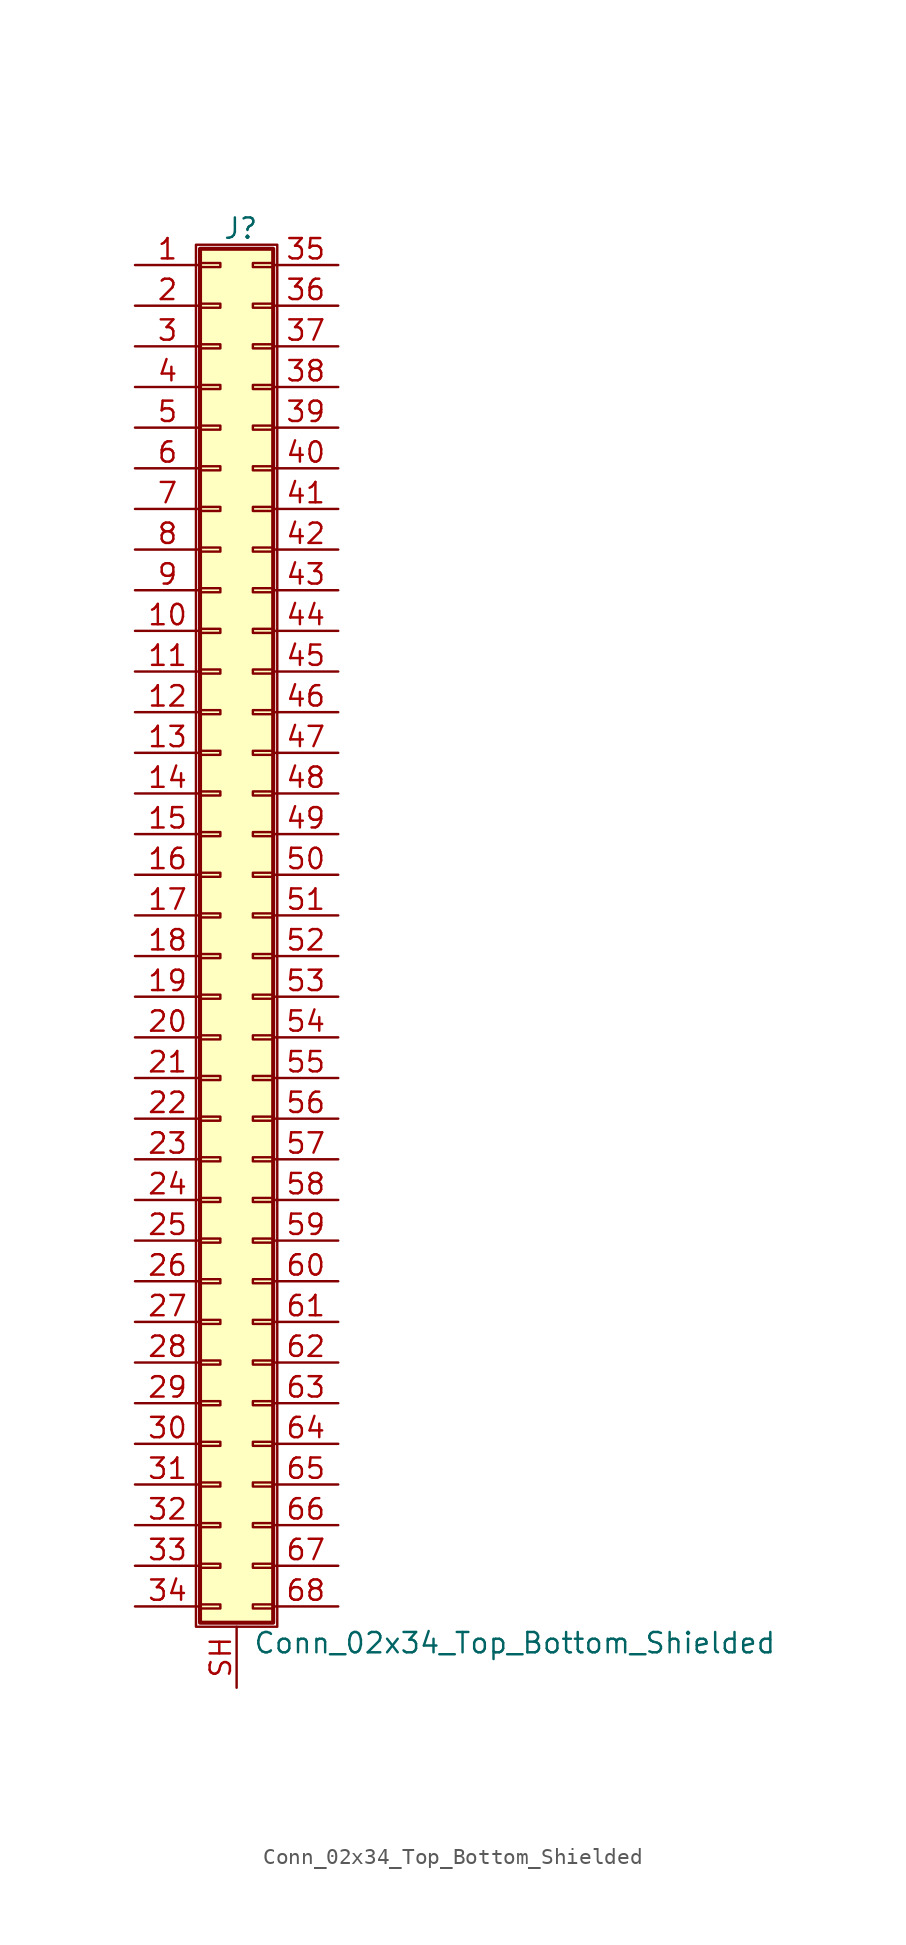
<source format=kicad_sym>
(kicad_symbol_lib
  (version 20201005)
  (generator kicad_symbol_editor)
  (symbol "Connector_Generic_Shielded:Conn_02x34_Top_Bottom_Shielded"
    (pin_names
      (offset 1.016) hide)
    (property "Reference" "J"
      (at 1.524 42.926 0)
      (effects (font (size 1.27 1.27))))
    (property "Value" "Conn_02x34_Top_Bottom_Shielded"
      (at 2.286 -45.466 0)
      (effects (font (size 1.27 1.27)) (justify left)))
    (symbol "Conn_02x34_Top_Bottom_Shielded_1_1"
      (rectangle (start -1.016 -27.813) (end 0.254 -28.067) (stroke (width 0.152)) (fill (type none)))
      (rectangle (start -1.016 -30.353) (end 0.254 -30.607) (stroke (width 0.152)) (fill (type none)))
      (rectangle (start -1.016 -32.893) (end 0.254 -33.147) (stroke (width 0.152)) (fill (type none)))
      (rectangle (start -1.016 -35.433) (end 0.254 -35.687) (stroke (width 0.152)) (fill (type none)))
      (rectangle (start -1.016 -37.973) (end 0.254 -38.227) (stroke (width 0.152)) (fill (type none)))
      (rectangle (start -1.016 -40.513) (end 0.254 -40.767) (stroke (width 0.152)) (fill (type none)))
      (rectangle (start -1.016 -43.053) (end 0.254 -43.307) (stroke (width 0.152)) (fill (type none)))
      (rectangle (start -1.016 -4.953) (end 0.254 -5.207) (stroke (width 0.152)) (fill (type none)))
      (rectangle (start -1.016 -7.493) (end 0.254 -7.747) (stroke (width 0.152)) (fill (type none)))
      (rectangle (start -1.016 -10.033) (end 0.254 -10.287) (stroke (width 0.152)) (fill (type none)))
      (rectangle (start -1.016 -12.573) (end 0.254 -12.827) (stroke (width 0.152)) (fill (type none)))
      (rectangle (start -1.016 -15.113) (end 0.254 -15.367) (stroke (width 0.152)) (fill (type none)))
      (rectangle (start -1.016 -17.653) (end 0.254 -17.907) (stroke (width 0.152)) (fill (type none)))
      (rectangle (start -1.016 -20.193) (end 0.254 -20.447) (stroke (width 0.152)) (fill (type none)))
      (rectangle (start -1.016 -22.733) (end 0.254 -22.987) (stroke (width 0.152)) (fill (type none)))
      (rectangle (start -1.016 -2.413) (end 0.254 -2.667) (stroke (width 0.152)) (fill (type none)))
      (rectangle (start -1.016 -25.273) (end 0.254 -25.527) (stroke (width 0.152)) (fill (type none)))
      (rectangle (start -1.016 25.527) (end 0.254 25.273) (stroke (width 0.152)) (fill (type none)))
      (rectangle (start -1.016 2.667) (end 0.254 2.413) (stroke (width 0.152)) (fill (type none)))
      (rectangle (start -1.016 28.067) (end 0.254 27.813) (stroke (width 0.152)) (fill (type none)))
      (rectangle (start -1.016 30.607) (end 0.254 30.353) (stroke (width 0.152)) (fill (type none)))
      (rectangle (start -1.016 33.147) (end 0.254 32.893) (stroke (width 0.152)) (fill (type none)))
      (rectangle (start -1.016 35.687) (end 0.254 35.433) (stroke (width 0.152)) (fill (type none)))
      (rectangle (start -1.016 38.227) (end 0.254 37.973) (stroke (width 0.152)) (fill (type none)))
      (rectangle (start -1.016 40.767) (end 0.254 40.513) (stroke (width 0.152)) (fill (type none)))
      (rectangle (start -1.016 41.656) (end 3.556 -44.196) (stroke (width 0.254)) (fill (type background)))
      (rectangle (start -1.016 5.207) (end 0.254 4.953) (stroke (width 0.152)) (fill (type none)))
      (rectangle (start -1.016 7.747) (end 0.254 7.493) (stroke (width 0.152)) (fill (type none)))
      (rectangle (start -1.016 10.287) (end 0.254 10.033) (stroke (width 0.152)) (fill (type none)))
      (rectangle (start -1.016 0.127) (end 0.254 -0.127) (stroke (width 0.152)) (fill (type none)))
      (rectangle (start -1.016 12.827) (end 0.254 12.573) (stroke (width 0.152)) (fill (type none)))
      (rectangle (start -1.016 15.367) (end 0.254 15.113) (stroke (width 0.152)) (fill (type none)))
      (rectangle (start -1.016 17.907) (end 0.254 17.653) (stroke (width 0.152)) (fill (type none)))
      (rectangle (start -1.016 20.447) (end 0.254 20.193) (stroke (width 0.152)) (fill (type none)))
      (rectangle (start -1.016 22.987) (end 0.254 22.733) (stroke (width 0.152)) (fill (type none)))
      (rectangle (start -1.27 41.91) (end 3.81 -44.45) (stroke (width 0.152)) (fill (type none)))
      (rectangle (start 3.556 -27.813) (end 2.286 -28.067) (stroke (width 0.152)) (fill (type none)))
      (rectangle (start 3.556 -30.353) (end 2.286 -30.607) (stroke (width 0.152)) (fill (type none)))
      (rectangle (start 3.556 -32.893) (end 2.286 -33.147) (stroke (width 0.152)) (fill (type none)))
      (rectangle (start 3.556 -35.433) (end 2.286 -35.687) (stroke (width 0.152)) (fill (type none)))
      (rectangle (start 3.556 -37.973) (end 2.286 -38.227) (stroke (width 0.152)) (fill (type none)))
      (rectangle (start 3.556 -40.513) (end 2.286 -40.767) (stroke (width 0.152)) (fill (type none)))
      (rectangle (start 3.556 -43.053) (end 2.286 -43.307) (stroke (width 0.152)) (fill (type none)))
      (rectangle (start 3.556 -4.953) (end 2.286 -5.207) (stroke (width 0.152)) (fill (type none)))
      (rectangle (start 3.556 -7.493) (end 2.286 -7.747) (stroke (width 0.152)) (fill (type none)))
      (rectangle (start 3.556 -10.033) (end 2.286 -10.287) (stroke (width 0.152)) (fill (type none)))
      (rectangle (start 3.556 -12.573) (end 2.286 -12.827) (stroke (width 0.152)) (fill (type none)))
      (rectangle (start 3.556 -15.113) (end 2.286 -15.367) (stroke (width 0.152)) (fill (type none)))
      (rectangle (start 3.556 -17.653) (end 2.286 -17.907) (stroke (width 0.152)) (fill (type none)))
      (rectangle (start 3.556 -20.193) (end 2.286 -20.447) (stroke (width 0.152)) (fill (type none)))
      (rectangle (start 3.556 -22.733) (end 2.286 -22.987) (stroke (width 0.152)) (fill (type none)))
      (rectangle (start 3.556 -2.413) (end 2.286 -2.667) (stroke (width 0.152)) (fill (type none)))
      (rectangle (start 3.556 -25.273) (end 2.286 -25.527) (stroke (width 0.152)) (fill (type none)))
      (rectangle (start 3.556 25.527) (end 2.286 25.273) (stroke (width 0.152)) (fill (type none)))
      (rectangle (start 3.556 2.667) (end 2.286 2.413) (stroke (width 0.152)) (fill (type none)))
      (rectangle (start 3.556 28.067) (end 2.286 27.813) (stroke (width 0.152)) (fill (type none)))
      (rectangle (start 3.556 30.607) (end 2.286 30.353) (stroke (width 0.152)) (fill (type none)))
      (rectangle (start 3.556 33.147) (end 2.286 32.893) (stroke (width 0.152)) (fill (type none)))
      (rectangle (start 3.556 35.687) (end 2.286 35.433) (stroke (width 0.152)) (fill (type none)))
      (rectangle (start 3.556 38.227) (end 2.286 37.973) (stroke (width 0.152)) (fill (type none)))
      (rectangle (start 3.556 40.767) (end 2.286 40.513) (stroke (width 0.152)) (fill (type none)))
      (rectangle (start 3.556 5.207) (end 2.286 4.953) (stroke (width 0.152)) (fill (type none)))
      (rectangle (start 3.556 7.747) (end 2.286 7.493) (stroke (width 0.152)) (fill (type none)))
      (rectangle (start 3.556 10.287) (end 2.286 10.033) (stroke (width 0.152)) (fill (type none)))
      (rectangle (start 3.556 0.127) (end 2.286 -0.127) (stroke (width 0.152)) (fill (type none)))
      (rectangle (start 3.556 12.827) (end 2.286 12.573) (stroke (width 0.152)) (fill (type none)))
      (rectangle (start 3.556 15.367) (end 2.286 15.113) (stroke (width 0.152)) (fill (type none)))
      (rectangle (start 3.556 17.907) (end 2.286 17.653) (stroke (width 0.152)) (fill (type none)))
      (rectangle (start 3.556 20.447) (end 2.286 20.193) (stroke (width 0.152)) (fill (type none)))
      (rectangle (start 3.556 22.987) (end 2.286 22.733) (stroke (width 0.152)) (fill (type none)))
      (pin passive line (at -5.08 40.64 0) (length 4.064) (name "Pin_1" (effects (font (size 1.27 1.27)))) (number "1" (effects (font (size 1.27 1.27)))))
      (pin passive line (at -5.08 17.78 0) (length 4.064) (name "Pin_10" (effects (font (size 1.27 1.27)))) (number "10" (effects (font (size 1.27 1.27)))))
      (pin passive line (at -5.08 15.24 0) (length 4.064) (name "Pin_11" (effects (font (size 1.27 1.27)))) (number "11" (effects (font (size 1.27 1.27)))))
      (pin passive line (at -5.08 12.7 0) (length 4.064) (name "Pin_12" (effects (font (size 1.27 1.27)))) (number "12" (effects (font (size 1.27 1.27)))))
      (pin passive line (at -5.08 10.16 0) (length 4.064) (name "Pin_13" (effects (font (size 1.27 1.27)))) (number "13" (effects (font (size 1.27 1.27)))))
      (pin passive line (at -5.08 7.62 0) (length 4.064) (name "Pin_14" (effects (font (size 1.27 1.27)))) (number "14" (effects (font (size 1.27 1.27)))))
      (pin passive line (at -5.08 5.08 0) (length 4.064) (name "Pin_15" (effects (font (size 1.27 1.27)))) (number "15" (effects (font (size 1.27 1.27)))))
      (pin passive line (at -5.08 2.54 0) (length 4.064) (name "Pin_16" (effects (font (size 1.27 1.27)))) (number "16" (effects (font (size 1.27 1.27)))))
      (pin passive line (at -5.08 0 0) (length 4.064) (name "Pin_17" (effects (font (size 1.27 1.27)))) (number "17" (effects (font (size 1.27 1.27)))))
      (pin passive line (at -5.08 -2.54 0) (length 4.064) (name "Pin_18" (effects (font (size 1.27 1.27)))) (number "18" (effects (font (size 1.27 1.27)))))
      (pin passive line (at -5.08 -5.08 0) (length 4.064) (name "Pin_19" (effects (font (size 1.27 1.27)))) (number "19" (effects (font (size 1.27 1.27)))))
      (pin passive line (at -5.08 38.1 0) (length 4.064) (name "Pin_2" (effects (font (size 1.27 1.27)))) (number "2" (effects (font (size 1.27 1.27)))))
      (pin passive line (at -5.08 -7.62 0) (length 4.064) (name "Pin_20" (effects (font (size 1.27 1.27)))) (number "20" (effects (font (size 1.27 1.27)))))
      (pin passive line (at -5.08 -10.16 0) (length 4.064) (name "Pin_21" (effects (font (size 1.27 1.27)))) (number "21" (effects (font (size 1.27 1.27)))))
      (pin passive line (at -5.08 -12.7 0) (length 4.064) (name "Pin_22" (effects (font (size 1.27 1.27)))) (number "22" (effects (font (size 1.27 1.27)))))
      (pin passive line (at -5.08 -15.24 0) (length 4.064) (name "Pin_23" (effects (font (size 1.27 1.27)))) (number "23" (effects (font (size 1.27 1.27)))))
      (pin passive line (at -5.08 -17.78 0) (length 4.064) (name "Pin_24" (effects (font (size 1.27 1.27)))) (number "24" (effects (font (size 1.27 1.27)))))
      (pin passive line (at -5.08 -20.32 0) (length 4.064) (name "Pin_25" (effects (font (size 1.27 1.27)))) (number "25" (effects (font (size 1.27 1.27)))))
      (pin passive line (at -5.08 -22.86 0) (length 4.064) (name "Pin_26" (effects (font (size 1.27 1.27)))) (number "26" (effects (font (size 1.27 1.27)))))
      (pin passive line (at -5.08 -25.4 0) (length 4.064) (name "Pin_27" (effects (font (size 1.27 1.27)))) (number "27" (effects (font (size 1.27 1.27)))))
      (pin passive line (at -5.08 -27.94 0) (length 4.064) (name "Pin_28" (effects (font (size 1.27 1.27)))) (number "28" (effects (font (size 1.27 1.27)))))
      (pin passive line (at -5.08 -30.48 0) (length 4.064) (name "Pin_29" (effects (font (size 1.27 1.27)))) (number "29" (effects (font (size 1.27 1.27)))))
      (pin passive line (at -5.08 35.56 0) (length 4.064) (name "Pin_3" (effects (font (size 1.27 1.27)))) (number "3" (effects (font (size 1.27 1.27)))))
      (pin passive line (at -5.08 -33.02 0) (length 4.064) (name "Pin_30" (effects (font (size 1.27 1.27)))) (number "30" (effects (font (size 1.27 1.27)))))
      (pin passive line (at -5.08 -35.56 0) (length 4.064) (name "Pin_31" (effects (font (size 1.27 1.27)))) (number "31" (effects (font (size 1.27 1.27)))))
      (pin passive line (at -5.08 -38.1 0) (length 4.064) (name "Pin_32" (effects (font (size 1.27 1.27)))) (number "32" (effects (font (size 1.27 1.27)))))
      (pin passive line (at -5.08 -40.64 0) (length 4.064) (name "Pin_33" (effects (font (size 1.27 1.27)))) (number "33" (effects (font (size 1.27 1.27)))))
      (pin passive line (at -5.08 -43.18 0) (length 4.064) (name "Pin_34" (effects (font (size 1.27 1.27)))) (number "34" (effects (font (size 1.27 1.27)))))
      (pin passive line (at 7.62 40.64 180) (length 4.064) (name "Pin_35" (effects (font (size 1.27 1.27)))) (number "35" (effects (font (size 1.27 1.27)))))
      (pin passive line (at 7.62 38.1 180) (length 4.064) (name "Pin_36" (effects (font (size 1.27 1.27)))) (number "36" (effects (font (size 1.27 1.27)))))
      (pin passive line (at 7.62 35.56 180) (length 4.064) (name "Pin_37" (effects (font (size 1.27 1.27)))) (number "37" (effects (font (size 1.27 1.27)))))
      (pin passive line (at 7.62 33.02 180) (length 4.064) (name "Pin_38" (effects (font (size 1.27 1.27)))) (number "38" (effects (font (size 1.27 1.27)))))
      (pin passive line (at 7.62 30.48 180) (length 4.064) (name "Pin_39" (effects (font (size 1.27 1.27)))) (number "39" (effects (font (size 1.27 1.27)))))
      (pin passive line (at -5.08 33.02 0) (length 4.064) (name "Pin_4" (effects (font (size 1.27 1.27)))) (number "4" (effects (font (size 1.27 1.27)))))
      (pin passive line (at 7.62 27.94 180) (length 4.064) (name "Pin_40" (effects (font (size 1.27 1.27)))) (number "40" (effects (font (size 1.27 1.27)))))
      (pin passive line (at 7.62 25.4 180) (length 4.064) (name "Pin_41" (effects (font (size 1.27 1.27)))) (number "41" (effects (font (size 1.27 1.27)))))
      (pin passive line (at 7.62 22.86 180) (length 4.064) (name "Pin_42" (effects (font (size 1.27 1.27)))) (number "42" (effects (font (size 1.27 1.27)))))
      (pin passive line (at 7.62 20.32 180) (length 4.064) (name "Pin_43" (effects (font (size 1.27 1.27)))) (number "43" (effects (font (size 1.27 1.27)))))
      (pin passive line (at 7.62 17.78 180) (length 4.064) (name "Pin_44" (effects (font (size 1.27 1.27)))) (number "44" (effects (font (size 1.27 1.27)))))
      (pin passive line (at 7.62 15.24 180) (length 4.064) (name "Pin_45" (effects (font (size 1.27 1.27)))) (number "45" (effects (font (size 1.27 1.27)))))
      (pin passive line (at 7.62 12.7 180) (length 4.064) (name "Pin_46" (effects (font (size 1.27 1.27)))) (number "46" (effects (font (size 1.27 1.27)))))
      (pin passive line (at 7.62 10.16 180) (length 4.064) (name "Pin_47" (effects (font (size 1.27 1.27)))) (number "47" (effects (font (size 1.27 1.27)))))
      (pin passive line (at 7.62 7.62 180) (length 4.064) (name "Pin_48" (effects (font (size 1.27 1.27)))) (number "48" (effects (font (size 1.27 1.27)))))
      (pin passive line (at 7.62 5.08 180) (length 4.064) (name "Pin_49" (effects (font (size 1.27 1.27)))) (number "49" (effects (font (size 1.27 1.27)))))
      (pin passive line (at -5.08 30.48 0) (length 4.064) (name "Pin_5" (effects (font (size 1.27 1.27)))) (number "5" (effects (font (size 1.27 1.27)))))
      (pin passive line (at 7.62 2.54 180) (length 4.064) (name "Pin_50" (effects (font (size 1.27 1.27)))) (number "50" (effects (font (size 1.27 1.27)))))
      (pin passive line (at 7.62 0 180) (length 4.064) (name "Pin_51" (effects (font (size 1.27 1.27)))) (number "51" (effects (font (size 1.27 1.27)))))
      (pin passive line (at 7.62 -2.54 180) (length 4.064) (name "Pin_52" (effects (font (size 1.27 1.27)))) (number "52" (effects (font (size 1.27 1.27)))))
      (pin passive line (at 7.62 -5.08 180) (length 4.064) (name "Pin_53" (effects (font (size 1.27 1.27)))) (number "53" (effects (font (size 1.27 1.27)))))
      (pin passive line (at 7.62 -7.62 180) (length 4.064) (name "Pin_54" (effects (font (size 1.27 1.27)))) (number "54" (effects (font (size 1.27 1.27)))))
      (pin passive line (at 7.62 -10.16 180) (length 4.064) (name "Pin_55" (effects (font (size 1.27 1.27)))) (number "55" (effects (font (size 1.27 1.27)))))
      (pin passive line (at 7.62 -12.7 180) (length 4.064) (name "Pin_56" (effects (font (size 1.27 1.27)))) (number "56" (effects (font (size 1.27 1.27)))))
      (pin passive line (at 7.62 -15.24 180) (length 4.064) (name "Pin_57" (effects (font (size 1.27 1.27)))) (number "57" (effects (font (size 1.27 1.27)))))
      (pin passive line (at 7.62 -17.78 180) (length 4.064) (name "Pin_58" (effects (font (size 1.27 1.27)))) (number "58" (effects (font (size 1.27 1.27)))))
      (pin passive line (at 7.62 -20.32 180) (length 4.064) (name "Pin_59" (effects (font (size 1.27 1.27)))) (number "59" (effects (font (size 1.27 1.27)))))
      (pin passive line (at -5.08 27.94 0) (length 4.064) (name "Pin_6" (effects (font (size 1.27 1.27)))) (number "6" (effects (font (size 1.27 1.27)))))
      (pin passive line (at 7.62 -22.86 180) (length 4.064) (name "Pin_60" (effects (font (size 1.27 1.27)))) (number "60" (effects (font (size 1.27 1.27)))))
      (pin passive line (at 7.62 -25.4 180) (length 4.064) (name "Pin_61" (effects (font (size 1.27 1.27)))) (number "61" (effects (font (size 1.27 1.27)))))
      (pin passive line (at 7.62 -27.94 180) (length 4.064) (name "Pin_62" (effects (font (size 1.27 1.27)))) (number "62" (effects (font (size 1.27 1.27)))))
      (pin passive line (at 7.62 -30.48 180) (length 4.064) (name "Pin_63" (effects (font (size 1.27 1.27)))) (number "63" (effects (font (size 1.27 1.27)))))
      (pin passive line (at 7.62 -33.02 180) (length 4.064) (name "Pin_64" (effects (font (size 1.27 1.27)))) (number "64" (effects (font (size 1.27 1.27)))))
      (pin passive line (at 7.62 -35.56 180) (length 4.064) (name "Pin_65" (effects (font (size 1.27 1.27)))) (number "65" (effects (font (size 1.27 1.27)))))
      (pin passive line (at 7.62 -38.1 180) (length 4.064) (name "Pin_66" (effects (font (size 1.27 1.27)))) (number "66" (effects (font (size 1.27 1.27)))))
      (pin passive line (at 7.62 -40.64 180) (length 4.064) (name "Pin_67" (effects (font (size 1.27 1.27)))) (number "67" (effects (font (size 1.27 1.27)))))
      (pin passive line (at 7.62 -43.18 180) (length 4.064) (name "Pin_68" (effects (font (size 1.27 1.27)))) (number "68" (effects (font (size 1.27 1.27)))))
      (pin passive line (at -5.08 25.4 0) (length 4.064) (name "Pin_7" (effects (font (size 1.27 1.27)))) (number "7" (effects (font (size 1.27 1.27)))))
      (pin passive line (at -5.08 22.86 0) (length 4.064) (name "Pin_8" (effects (font (size 1.27 1.27)))) (number "8" (effects (font (size 1.27 1.27)))))
      (pin passive line (at -5.08 20.32 0) (length 4.064) (name "Pin_9" (effects (font (size 1.27 1.27)))) (number "9" (effects (font (size 1.27 1.27)))))
      (pin passive line (at 1.27 -48.26 90) (length 3.81) (name "Shield" (effects (font (size 1.27 1.27)))) (number "SH" (effects (font (size 1.27 1.27))))))))
</source>
